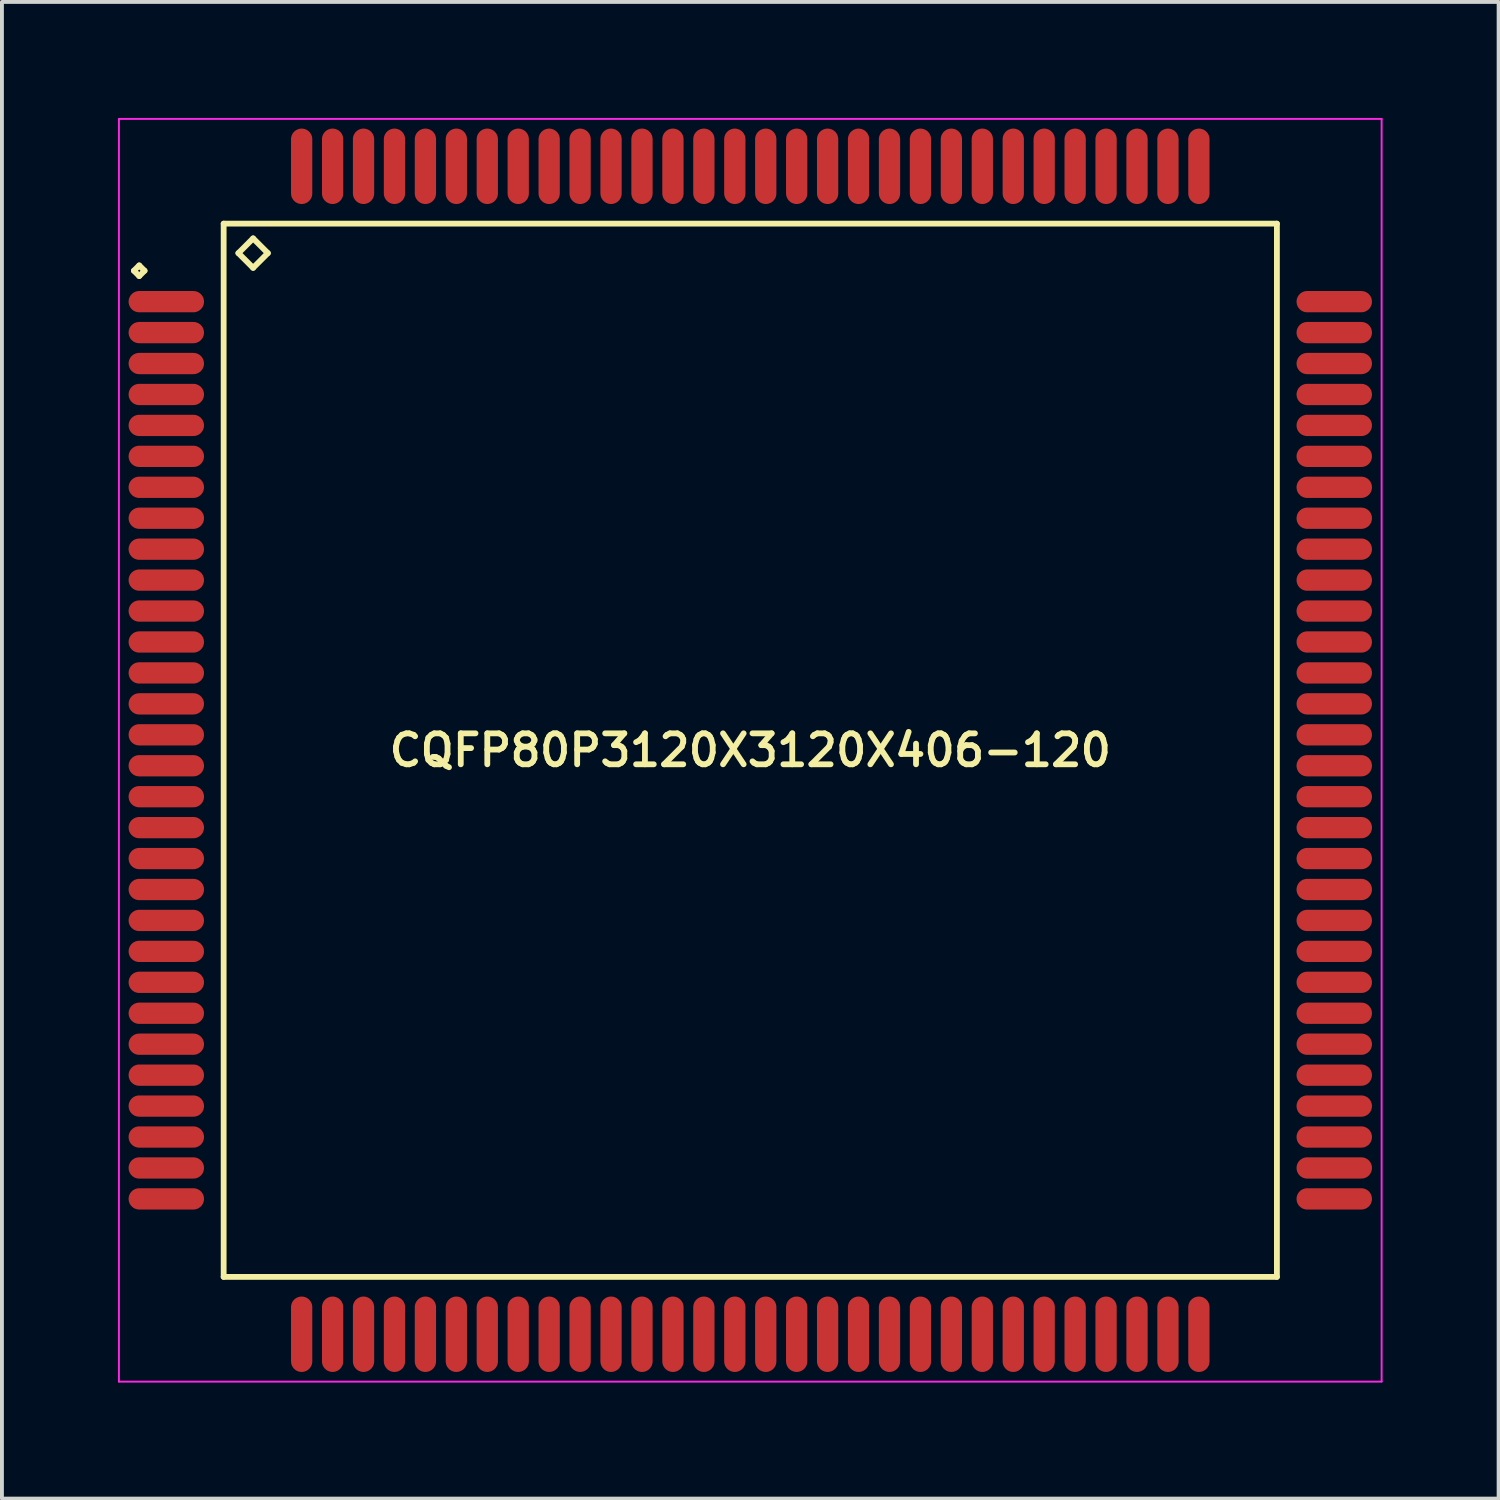
<source format=kicad_pcb>
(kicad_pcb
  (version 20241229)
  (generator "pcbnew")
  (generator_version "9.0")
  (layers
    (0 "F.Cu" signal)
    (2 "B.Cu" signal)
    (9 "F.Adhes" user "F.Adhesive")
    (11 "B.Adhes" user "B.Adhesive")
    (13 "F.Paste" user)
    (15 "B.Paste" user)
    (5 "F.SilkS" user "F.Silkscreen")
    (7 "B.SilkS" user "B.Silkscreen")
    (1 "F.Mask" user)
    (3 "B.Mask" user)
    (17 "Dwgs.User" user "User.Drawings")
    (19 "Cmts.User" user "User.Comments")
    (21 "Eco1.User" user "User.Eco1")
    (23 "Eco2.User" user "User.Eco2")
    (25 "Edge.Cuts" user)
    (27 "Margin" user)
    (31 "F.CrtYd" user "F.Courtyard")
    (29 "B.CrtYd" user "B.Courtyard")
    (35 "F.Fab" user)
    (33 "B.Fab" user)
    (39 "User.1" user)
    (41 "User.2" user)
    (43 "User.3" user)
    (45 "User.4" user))
  (footprint "CQFP80P3120X3120X406-120"
    (layer "F.Cu")
    (at 16.35 16.35)
    (property "Reference" "CQFP80P3120X3120X406-120" (at 0 0 0) (layer "F.SilkS") (effects (font (size 0.8 0.8) (thickness 0.15))))
    (attr smd)
    (fp_line (start -15.938 -12.4) (end -15.8 -12.537) (stroke (width 0.15) (type solid)) (layer "F.SilkS"))
    (fp_line (start -15.8 -12.537) (end -15.662 -12.4) (stroke (width 0.15) (type solid)) (layer "F.SilkS"))
    (fp_line (start -15.8 -12.262) (end -15.938 -12.4) (stroke (width 0.15) (type solid)) (layer "F.SilkS"))
    (fp_line (start -15.662 -12.4) (end -15.8 -12.262) (stroke (width 0.15) (type solid)) (layer "F.SilkS"))
    (fp_line (start -13.617 -13.617) (end -13.617 13.617) (stroke (width 0.15) (type solid)) (layer "F.SilkS"))
    (fp_line (start -13.617 13.617) (end 13.617 13.617) (stroke (width 0.15) (type solid)) (layer "F.SilkS"))
    (fp_line (start -13.236 -12.855) (end -12.855 -13.236) (stroke (width 0.15) (type solid)) (layer "F.SilkS"))
    (fp_line (start -12.855 -13.236) (end -12.474 -12.855) (stroke (width 0.15) (type solid)) (layer "F.SilkS"))
    (fp_line (start -12.855 -12.474) (end -13.236 -12.855) (stroke (width 0.15) (type solid)) (layer "F.SilkS"))
    (fp_line (start -12.474 -12.855) (end -12.855 -12.474) (stroke (width 0.15) (type solid)) (layer "F.SilkS"))
    (fp_line (start 13.617 -13.617) (end -13.617 -13.617) (stroke (width 0.15) (type solid)) (layer "F.SilkS"))
    (fp_line (start 13.617 13.617) (end 13.617 -13.617) (stroke (width 0.15) (type solid)) (layer "F.SilkS"))
    (fp_line (start -16.325 -16.325) (end 16.325 -16.325) (stroke (width 0.05) (type solid)) (layer "F.CrtYd"))
    (fp_line (start -16.325 16.325) (end -16.325 -16.325) (stroke (width 0.05) (type solid)) (layer "F.CrtYd"))
    (fp_line (start 16.325 -16.325) (end 16.325 16.325) (stroke (width 0.05) (type solid)) (layer "F.CrtYd"))
    (fp_line (start 16.325 16.325) (end -16.325 16.325) (stroke (width 0.05) (type solid)) (layer "F.CrtYd"))
    (pad "1" smd oval (at -15.1 -11.6) (size 1.95 0.55) (layers "F.Cu" "F.Mask" "F.Paste"))
    (pad "2" smd oval (at -15.1 -10.8) (size 1.95 0.55) (layers "F.Cu" "F.Mask" "F.Paste"))
    (pad "3" smd oval (at -15.1 -10) (size 1.95 0.55) (layers "F.Cu" "F.Mask" "F.Paste"))
    (pad "4" smd oval (at -15.1 -9.2) (size 1.95 0.55) (layers "F.Cu" "F.Mask" "F.Paste"))
    (pad "5" smd oval (at -15.1 -8.4) (size 1.95 0.55) (layers "F.Cu" "F.Mask" "F.Paste"))
    (pad "6" smd oval (at -15.1 -7.6) (size 1.95 0.55) (layers "F.Cu" "F.Mask" "F.Paste"))
    (pad "7" smd oval (at -15.1 -6.8) (size 1.95 0.55) (layers "F.Cu" "F.Mask" "F.Paste"))
    (pad "8" smd oval (at -15.1 -6) (size 1.95 0.55) (layers "F.Cu" "F.Mask" "F.Paste"))
    (pad "9" smd oval (at -15.1 -5.2) (size 1.95 0.55) (layers "F.Cu" "F.Mask" "F.Paste"))
    (pad "10" smd oval (at -15.1 -4.4) (size 1.95 0.55) (layers "F.Cu" "F.Mask" "F.Paste"))
    (pad "11" smd oval (at -15.1 -3.6) (size 1.95 0.55) (layers "F.Cu" "F.Mask" "F.Paste"))
    (pad "12" smd oval (at -15.1 -2.8) (size 1.95 0.55) (layers "F.Cu" "F.Mask" "F.Paste"))
    (pad "13" smd oval (at -15.1 -2) (size 1.95 0.55) (layers "F.Cu" "F.Mask" "F.Paste"))
    (pad "14" smd oval (at -15.1 -1.2) (size 1.95 0.55) (layers "F.Cu" "F.Mask" "F.Paste"))
    (pad "15" smd oval (at -15.1 -0.4) (size 1.95 0.55) (layers "F.Cu" "F.Mask" "F.Paste"))
    (pad "16" smd oval (at -15.1 0.4) (size 1.95 0.55) (layers "F.Cu" "F.Mask" "F.Paste"))
    (pad "17" smd oval (at -15.1 1.2) (size 1.95 0.55) (layers "F.Cu" "F.Mask" "F.Paste"))
    (pad "18" smd oval (at -15.1 2) (size 1.95 0.55) (layers "F.Cu" "F.Mask" "F.Paste"))
    (pad "19" smd oval (at -15.1 2.8) (size 1.95 0.55) (layers "F.Cu" "F.Mask" "F.Paste"))
    (pad "20" smd oval (at -15.1 3.6) (size 1.95 0.55) (layers "F.Cu" "F.Mask" "F.Paste"))
    (pad "21" smd oval (at -15.1 4.4) (size 1.95 0.55) (layers "F.Cu" "F.Mask" "F.Paste"))
    (pad "22" smd oval (at -15.1 5.2) (size 1.95 0.55) (layers "F.Cu" "F.Mask" "F.Paste"))
    (pad "23" smd oval (at -15.1 6) (size 1.95 0.55) (layers "F.Cu" "F.Mask" "F.Paste"))
    (pad "24" smd oval (at -15.1 6.8) (size 1.95 0.55) (layers "F.Cu" "F.Mask" "F.Paste"))
    (pad "25" smd oval (at -15.1 7.6) (size 1.95 0.55) (layers "F.Cu" "F.Mask" "F.Paste"))
    (pad "26" smd oval (at -15.1 8.4) (size 1.95 0.55) (layers "F.Cu" "F.Mask" "F.Paste"))
    (pad "27" smd oval (at -15.1 9.2) (size 1.95 0.55) (layers "F.Cu" "F.Mask" "F.Paste"))
    (pad "28" smd oval (at -15.1 10) (size 1.95 0.55) (layers "F.Cu" "F.Mask" "F.Paste"))
    (pad "29" smd oval (at -15.1 10.8) (size 1.95 0.55) (layers "F.Cu" "F.Mask" "F.Paste"))
    (pad "30" smd oval (at -15.1 11.6) (size 1.95 0.55) (layers "F.Cu" "F.Mask" "F.Paste"))
    (pad "31" smd oval (at -11.6 15.1) (size 0.55 1.95) (layers "F.Cu" "F.Mask" "F.Paste"))
    (pad "32" smd oval (at -10.8 15.1) (size 0.55 1.95) (layers "F.Cu" "F.Mask" "F.Paste"))
    (pad "33" smd oval (at -10 15.1) (size 0.55 1.95) (layers "F.Cu" "F.Mask" "F.Paste"))
    (pad "34" smd oval (at -9.2 15.1) (size 0.55 1.95) (layers "F.Cu" "F.Mask" "F.Paste"))
    (pad "35" smd oval (at -8.4 15.1) (size 0.55 1.95) (layers "F.Cu" "F.Mask" "F.Paste"))
    (pad "36" smd oval (at -7.6 15.1) (size 0.55 1.95) (layers "F.Cu" "F.Mask" "F.Paste"))
    (pad "37" smd oval (at -6.8 15.1) (size 0.55 1.95) (layers "F.Cu" "F.Mask" "F.Paste"))
    (pad "38" smd oval (at -6 15.1) (size 0.55 1.95) (layers "F.Cu" "F.Mask" "F.Paste"))
    (pad "39" smd oval (at -5.2 15.1) (size 0.55 1.95) (layers "F.Cu" "F.Mask" "F.Paste"))
    (pad "40" smd oval (at -4.4 15.1) (size 0.55 1.95) (layers "F.Cu" "F.Mask" "F.Paste"))
    (pad "41" smd oval (at -3.6 15.1) (size 0.55 1.95) (layers "F.Cu" "F.Mask" "F.Paste"))
    (pad "42" smd oval (at -2.8 15.1) (size 0.55 1.95) (layers "F.Cu" "F.Mask" "F.Paste"))
    (pad "43" smd oval (at -2 15.1) (size 0.55 1.95) (layers "F.Cu" "F.Mask" "F.Paste"))
    (pad "44" smd oval (at -1.2 15.1) (size 0.55 1.95) (layers "F.Cu" "F.Mask" "F.Paste"))
    (pad "45" smd oval (at -0.4 15.1) (size 0.55 1.95) (layers "F.Cu" "F.Mask" "F.Paste"))
    (pad "46" smd oval (at 0.4 15.1) (size 0.55 1.95) (layers "F.Cu" "F.Mask" "F.Paste"))
    (pad "47" smd oval (at 1.2 15.1) (size 0.55 1.95) (layers "F.Cu" "F.Mask" "F.Paste"))
    (pad "48" smd oval (at 2 15.1) (size 0.55 1.95) (layers "F.Cu" "F.Mask" "F.Paste"))
    (pad "49" smd oval (at 2.8 15.1) (size 0.55 1.95) (layers "F.Cu" "F.Mask" "F.Paste"))
    (pad "50" smd oval (at 3.6 15.1) (size 0.55 1.95) (layers "F.Cu" "F.Mask" "F.Paste"))
    (pad "51" smd oval (at 4.4 15.1) (size 0.55 1.95) (layers "F.Cu" "F.Mask" "F.Paste"))
    (pad "52" smd oval (at 5.2 15.1) (size 0.55 1.95) (layers "F.Cu" "F.Mask" "F.Paste"))
    (pad "53" smd oval (at 6 15.1) (size 0.55 1.95) (layers "F.Cu" "F.Mask" "F.Paste"))
    (pad "54" smd oval (at 6.8 15.1) (size 0.55 1.95) (layers "F.Cu" "F.Mask" "F.Paste"))
    (pad "55" smd oval (at 7.6 15.1) (size 0.55 1.95) (layers "F.Cu" "F.Mask" "F.Paste"))
    (pad "56" smd oval (at 8.4 15.1) (size 0.55 1.95) (layers "F.Cu" "F.Mask" "F.Paste"))
    (pad "57" smd oval (at 9.2 15.1) (size 0.55 1.95) (layers "F.Cu" "F.Mask" "F.Paste"))
    (pad "58" smd oval (at 10 15.1) (size 0.55 1.95) (layers "F.Cu" "F.Mask" "F.Paste"))
    (pad "59" smd oval (at 10.8 15.1) (size 0.55 1.95) (layers "F.Cu" "F.Mask" "F.Paste"))
    (pad "60" smd oval (at 11.6 15.1) (size 0.55 1.95) (layers "F.Cu" "F.Mask" "F.Paste"))
    (pad "61" smd oval (at 15.1 11.6) (size 1.95 0.55) (layers "F.Cu" "F.Mask" "F.Paste"))
    (pad "62" smd oval (at 15.1 10.8) (size 1.95 0.55) (layers "F.Cu" "F.Mask" "F.Paste"))
    (pad "63" smd oval (at 15.1 10) (size 1.95 0.55) (layers "F.Cu" "F.Mask" "F.Paste"))
    (pad "64" smd oval (at 15.1 9.2) (size 1.95 0.55) (layers "F.Cu" "F.Mask" "F.Paste"))
    (pad "65" smd oval (at 15.1 8.4) (size 1.95 0.55) (layers "F.Cu" "F.Mask" "F.Paste"))
    (pad "66" smd oval (at 15.1 7.6) (size 1.95 0.55) (layers "F.Cu" "F.Mask" "F.Paste"))
    (pad "67" smd oval (at 15.1 6.8) (size 1.95 0.55) (layers "F.Cu" "F.Mask" "F.Paste"))
    (pad "68" smd oval (at 15.1 6) (size 1.95 0.55) (layers "F.Cu" "F.Mask" "F.Paste"))
    (pad "69" smd oval (at 15.1 5.2) (size 1.95 0.55) (layers "F.Cu" "F.Mask" "F.Paste"))
    (pad "70" smd oval (at 15.1 4.4) (size 1.95 0.55) (layers "F.Cu" "F.Mask" "F.Paste"))
    (pad "71" smd oval (at 15.1 3.6) (size 1.95 0.55) (layers "F.Cu" "F.Mask" "F.Paste"))
    (pad "72" smd oval (at 15.1 2.8) (size 1.95 0.55) (layers "F.Cu" "F.Mask" "F.Paste"))
    (pad "73" smd oval (at 15.1 2) (size 1.95 0.55) (layers "F.Cu" "F.Mask" "F.Paste"))
    (pad "74" smd oval (at 15.1 1.2) (size 1.95 0.55) (layers "F.Cu" "F.Mask" "F.Paste"))
    (pad "75" smd oval (at 15.1 0.4) (size 1.95 0.55) (layers "F.Cu" "F.Mask" "F.Paste"))
    (pad "76" smd oval (at 15.1 -0.4) (size 1.95 0.55) (layers "F.Cu" "F.Mask" "F.Paste"))
    (pad "77" smd oval (at 15.1 -1.2) (size 1.95 0.55) (layers "F.Cu" "F.Mask" "F.Paste"))
    (pad "78" smd oval (at 15.1 -2) (size 1.95 0.55) (layers "F.Cu" "F.Mask" "F.Paste"))
    (pad "79" smd oval (at 15.1 -2.8) (size 1.95 0.55) (layers "F.Cu" "F.Mask" "F.Paste"))
    (pad "80" smd oval (at 15.1 -3.6) (size 1.95 0.55) (layers "F.Cu" "F.Mask" "F.Paste"))
    (pad "81" smd oval (at 15.1 -4.4) (size 1.95 0.55) (layers "F.Cu" "F.Mask" "F.Paste"))
    (pad "82" smd oval (at 15.1 -5.2) (size 1.95 0.55) (layers "F.Cu" "F.Mask" "F.Paste"))
    (pad "83" smd oval (at 15.1 -6) (size 1.95 0.55) (layers "F.Cu" "F.Mask" "F.Paste"))
    (pad "84" smd oval (at 15.1 -6.8) (size 1.95 0.55) (layers "F.Cu" "F.Mask" "F.Paste"))
    (pad "85" smd oval (at 15.1 -7.6) (size 1.95 0.55) (layers "F.Cu" "F.Mask" "F.Paste"))
    (pad "86" smd oval (at 15.1 -8.4) (size 1.95 0.55) (layers "F.Cu" "F.Mask" "F.Paste"))
    (pad "87" smd oval (at 15.1 -9.2) (size 1.95 0.55) (layers "F.Cu" "F.Mask" "F.Paste"))
    (pad "88" smd oval (at 15.1 -10) (size 1.95 0.55) (layers "F.Cu" "F.Mask" "F.Paste"))
    (pad "89" smd oval (at 15.1 -10.8) (size 1.95 0.55) (layers "F.Cu" "F.Mask" "F.Paste"))
    (pad "90" smd oval (at 15.1 -11.6) (size 1.95 0.55) (layers "F.Cu" "F.Mask" "F.Paste"))
    (pad "91" smd oval (at 11.6 -15.1) (size 0.55 1.95) (layers "F.Cu" "F.Mask" "F.Paste"))
    (pad "92" smd oval (at 10.8 -15.1) (size 0.55 1.95) (layers "F.Cu" "F.Mask" "F.Paste"))
    (pad "93" smd oval (at 10 -15.1) (size 0.55 1.95) (layers "F.Cu" "F.Mask" "F.Paste"))
    (pad "94" smd oval (at 9.2 -15.1) (size 0.55 1.95) (layers "F.Cu" "F.Mask" "F.Paste"))
    (pad "95" smd oval (at 8.4 -15.1) (size 0.55 1.95) (layers "F.Cu" "F.Mask" "F.Paste"))
    (pad "96" smd oval (at 7.6 -15.1) (size 0.55 1.95) (layers "F.Cu" "F.Mask" "F.Paste"))
    (pad "97" smd oval (at 6.8 -15.1) (size 0.55 1.95) (layers "F.Cu" "F.Mask" "F.Paste"))
    (pad "98" smd oval (at 6 -15.1) (size 0.55 1.95) (layers "F.Cu" "F.Mask" "F.Paste"))
    (pad "99" smd oval (at 5.2 -15.1) (size 0.55 1.95) (layers "F.Cu" "F.Mask" "F.Paste"))
    (pad "100" smd oval (at 4.4 -15.1) (size 0.55 1.95) (layers "F.Cu" "F.Mask" "F.Paste"))
    (pad "101" smd oval (at 3.6 -15.1) (size 0.55 1.95) (layers "F.Cu" "F.Mask" "F.Paste"))
    (pad "102" smd oval (at 2.8 -15.1) (size 0.55 1.95) (layers "F.Cu" "F.Mask" "F.Paste"))
    (pad "103" smd oval (at 2 -15.1) (size 0.55 1.95) (layers "F.Cu" "F.Mask" "F.Paste"))
    (pad "104" smd oval (at 1.2 -15.1) (size 0.55 1.95) (layers "F.Cu" "F.Mask" "F.Paste"))
    (pad "105" smd oval (at 0.4 -15.1) (size 0.55 1.95) (layers "F.Cu" "F.Mask" "F.Paste"))
    (pad "106" smd oval (at -0.4 -15.1) (size 0.55 1.95) (layers "F.Cu" "F.Mask" "F.Paste"))
    (pad "107" smd oval (at -1.2 -15.1) (size 0.55 1.95) (layers "F.Cu" "F.Mask" "F.Paste"))
    (pad "108" smd oval (at -2 -15.1) (size 0.55 1.95) (layers "F.Cu" "F.Mask" "F.Paste"))
    (pad "109" smd oval (at -2.8 -15.1) (size 0.55 1.95) (layers "F.Cu" "F.Mask" "F.Paste"))
    (pad "110" smd oval (at -3.6 -15.1) (size 0.55 1.95) (layers "F.Cu" "F.Mask" "F.Paste"))
    (pad "111" smd oval (at -4.4 -15.1) (size 0.55 1.95) (layers "F.Cu" "F.Mask" "F.Paste"))
    (pad "112" smd oval (at -5.2 -15.1) (size 0.55 1.95) (layers "F.Cu" "F.Mask" "F.Paste"))
    (pad "113" smd oval (at -6 -15.1) (size 0.55 1.95) (layers "F.Cu" "F.Mask" "F.Paste"))
    (pad "114" smd oval (at -6.8 -15.1) (size 0.55 1.95) (layers "F.Cu" "F.Mask" "F.Paste"))
    (pad "115" smd oval (at -7.6 -15.1) (size 0.55 1.95) (layers "F.Cu" "F.Mask" "F.Paste"))
    (pad "116" smd oval (at -8.4 -15.1) (size 0.55 1.95) (layers "F.Cu" "F.Mask" "F.Paste"))
    (pad "117" smd oval (at -9.2 -15.1) (size 0.55 1.95) (layers "F.Cu" "F.Mask" "F.Paste"))
    (pad "118" smd oval (at -10 -15.1) (size 0.55 1.95) (layers "F.Cu" "F.Mask" "F.Paste"))
    (pad "119" smd oval (at -10.8 -15.1) (size 0.55 1.95) (layers "F.Cu" "F.Mask" "F.Paste"))
    (pad "120" smd oval (at -11.6 -15.1) (size 0.55 1.95) (layers "F.Cu" "F.Mask" "F.Paste")))
  (gr_rect
    (start -3 -3)
    (end 35.7 35.7)
    (stroke (width 0.1) (type default))
    (fill no)
    (layer "Edge.Cuts")))
</source>
